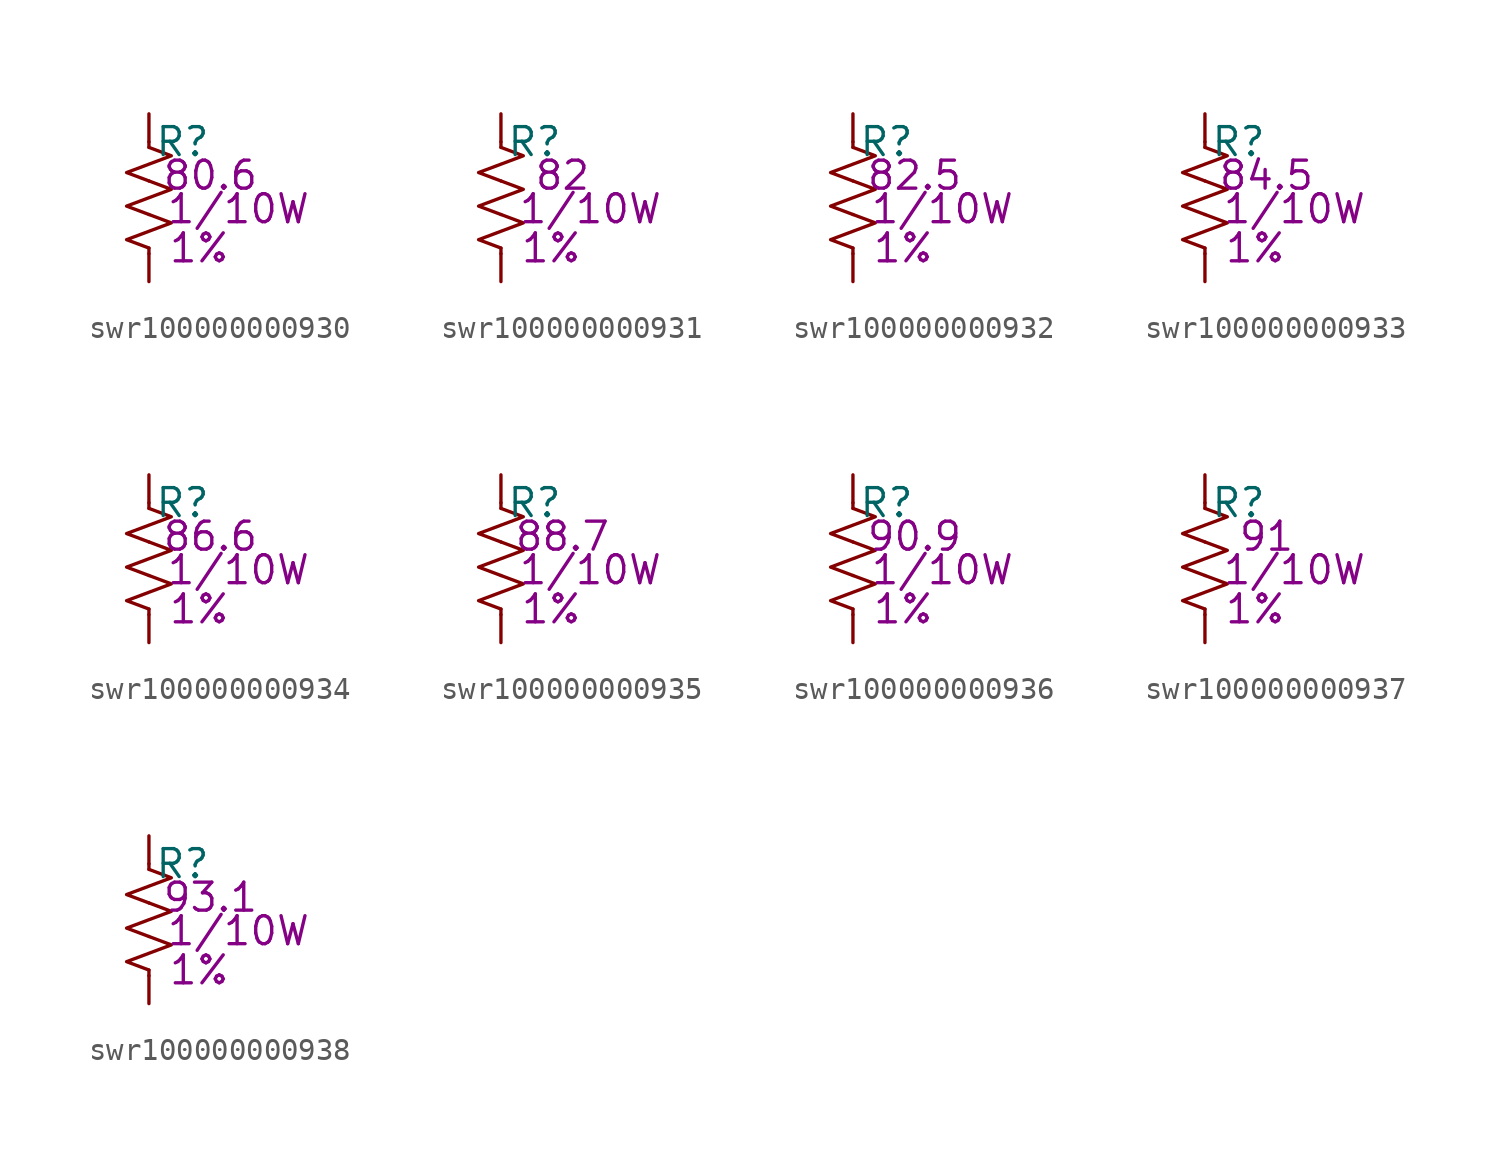
<source format=kicad_sym>
(kicad_symbol_lib
  (version 20211014)
  (generator kicad_symbol_editor)
  (symbol "swr100000000930"
    (pin_numbers hide)
    (pin_names
      (offset 1.016))
    (property "Reference" "R"
      (at 1.524 2.54 0)
      (effects (font (size 1.27 1.27))))
    (property "Tolerance" "1%"
      (at 2.286 -2.286 0)
      (effects (font (size 1.27 1.27))))
    (property "Wattage" "1/10W"
      (at 4.064 -0.508 0)
      (effects (font (size 1.27 1.27))))
    (property "PartValue" "80.6"
      (at 2.794 1.016 0)
      (effects (font (size 1.27 1.27))))
    (symbol "swr100000000930_1_1"
      (polyline (pts (xy 0 -2.286) (xy 0 -2.54)) (stroke (width 0) (type default) (color 0 0 0 0)) (fill (type none)))
      (polyline (pts (xy 0 2.286) (xy 0 2.54)) (stroke (width 0) (type default) (color 0 0 0 0)) (fill (type none)))
      (polyline (pts (xy 0 -0.762) (xy 1.016 -1.143) (xy 0 -1.524) (xy -1.016 -1.905) (xy 0 -2.286)) (stroke (width 0) (type default) (color 0 0 0 0)) (fill (type none)))
      (polyline (pts (xy 0 0.762) (xy 1.016 0.381) (xy 0 0) (xy -1.016 -0.381) (xy 0 -0.762)) (stroke (width 0) (type default) (color 0 0 0 0)) (fill (type none)))
      (polyline (pts (xy 0 2.286) (xy 1.016 1.905) (xy 0 1.524) (xy -1.016 1.143) (xy 0 0.762)) (stroke (width 0) (type default) (color 0 0 0 0)) (fill (type none)))
      (pin passive line (at 0 3.81 270) (length 1.27) (name "~" (effects (font (size 1.27 1.27)))) (number "1" (effects (font (size 1.27 1.27)))))
      (pin passive line (at 0 -3.81 90) (length 1.27) (name "~" (effects (font (size 1.27 1.27)))) (number "2" (effects (font (size 1.27 1.27)))))))
  (symbol "swr100000000931"
    (pin_numbers hide)
    (pin_names
      (offset 1.016))
    (property "Reference" "R"
      (at 1.524 2.54 0)
      (effects (font (size 1.27 1.27))))
    (property "Tolerance" "1%"
      (at 2.286 -2.286 0)
      (effects (font (size 1.27 1.27))))
    (property "Wattage" "1/10W"
      (at 4.064 -0.508 0)
      (effects (font (size 1.27 1.27))))
    (property "PartValue" "82"
      (at 2.794 1.016 0)
      (effects (font (size 1.27 1.27))))
    (symbol "swr100000000931_1_1"
      (polyline (pts (xy 0 -2.286) (xy 0 -2.54)) (stroke (width 0) (type default) (color 0 0 0 0)) (fill (type none)))
      (polyline (pts (xy 0 2.286) (xy 0 2.54)) (stroke (width 0) (type default) (color 0 0 0 0)) (fill (type none)))
      (polyline (pts (xy 0 -0.762) (xy 1.016 -1.143) (xy 0 -1.524) (xy -1.016 -1.905) (xy 0 -2.286)) (stroke (width 0) (type default) (color 0 0 0 0)) (fill (type none)))
      (polyline (pts (xy 0 0.762) (xy 1.016 0.381) (xy 0 0) (xy -1.016 -0.381) (xy 0 -0.762)) (stroke (width 0) (type default) (color 0 0 0 0)) (fill (type none)))
      (polyline (pts (xy 0 2.286) (xy 1.016 1.905) (xy 0 1.524) (xy -1.016 1.143) (xy 0 0.762)) (stroke (width 0) (type default) (color 0 0 0 0)) (fill (type none)))
      (pin passive line (at 0 3.81 270) (length 1.27) (name "~" (effects (font (size 1.27 1.27)))) (number "1" (effects (font (size 1.27 1.27)))))
      (pin passive line (at 0 -3.81 90) (length 1.27) (name "~" (effects (font (size 1.27 1.27)))) (number "2" (effects (font (size 1.27 1.27)))))))
  (symbol "swr100000000932"
    (pin_numbers hide)
    (pin_names
      (offset 1.016))
    (property "Reference" "R"
      (at 1.524 2.54 0)
      (effects (font (size 1.27 1.27))))
    (property "Tolerance" "1%"
      (at 2.286 -2.286 0)
      (effects (font (size 1.27 1.27))))
    (property "Wattage" "1/10W"
      (at 4.064 -0.508 0)
      (effects (font (size 1.27 1.27))))
    (property "PartValue" "82.5"
      (at 2.794 1.016 0)
      (effects (font (size 1.27 1.27))))
    (symbol "swr100000000932_1_1"
      (polyline (pts (xy 0 -2.286) (xy 0 -2.54)) (stroke (width 0) (type default) (color 0 0 0 0)) (fill (type none)))
      (polyline (pts (xy 0 2.286) (xy 0 2.54)) (stroke (width 0) (type default) (color 0 0 0 0)) (fill (type none)))
      (polyline (pts (xy 0 -0.762) (xy 1.016 -1.143) (xy 0 -1.524) (xy -1.016 -1.905) (xy 0 -2.286)) (stroke (width 0) (type default) (color 0 0 0 0)) (fill (type none)))
      (polyline (pts (xy 0 0.762) (xy 1.016 0.381) (xy 0 0) (xy -1.016 -0.381) (xy 0 -0.762)) (stroke (width 0) (type default) (color 0 0 0 0)) (fill (type none)))
      (polyline (pts (xy 0 2.286) (xy 1.016 1.905) (xy 0 1.524) (xy -1.016 1.143) (xy 0 0.762)) (stroke (width 0) (type default) (color 0 0 0 0)) (fill (type none)))
      (pin passive line (at 0 3.81 270) (length 1.27) (name "~" (effects (font (size 1.27 1.27)))) (number "1" (effects (font (size 1.27 1.27)))))
      (pin passive line (at 0 -3.81 90) (length 1.27) (name "~" (effects (font (size 1.27 1.27)))) (number "2" (effects (font (size 1.27 1.27)))))))
  (symbol "swr100000000933"
    (pin_numbers hide)
    (pin_names
      (offset 1.016))
    (property "Reference" "R"
      (at 1.524 2.54 0)
      (effects (font (size 1.27 1.27))))
    (property "Tolerance" "1%"
      (at 2.286 -2.286 0)
      (effects (font (size 1.27 1.27))))
    (property "Wattage" "1/10W"
      (at 4.064 -0.508 0)
      (effects (font (size 1.27 1.27))))
    (property "PartValue" "84.5"
      (at 2.794 1.016 0)
      (effects (font (size 1.27 1.27))))
    (symbol "swr100000000933_1_1"
      (polyline (pts (xy 0 -2.286) (xy 0 -2.54)) (stroke (width 0) (type default) (color 0 0 0 0)) (fill (type none)))
      (polyline (pts (xy 0 2.286) (xy 0 2.54)) (stroke (width 0) (type default) (color 0 0 0 0)) (fill (type none)))
      (polyline (pts (xy 0 -0.762) (xy 1.016 -1.143) (xy 0 -1.524) (xy -1.016 -1.905) (xy 0 -2.286)) (stroke (width 0) (type default) (color 0 0 0 0)) (fill (type none)))
      (polyline (pts (xy 0 0.762) (xy 1.016 0.381) (xy 0 0) (xy -1.016 -0.381) (xy 0 -0.762)) (stroke (width 0) (type default) (color 0 0 0 0)) (fill (type none)))
      (polyline (pts (xy 0 2.286) (xy 1.016 1.905) (xy 0 1.524) (xy -1.016 1.143) (xy 0 0.762)) (stroke (width 0) (type default) (color 0 0 0 0)) (fill (type none)))
      (pin passive line (at 0 3.81 270) (length 1.27) (name "~" (effects (font (size 1.27 1.27)))) (number "1" (effects (font (size 1.27 1.27)))))
      (pin passive line (at 0 -3.81 90) (length 1.27) (name "~" (effects (font (size 1.27 1.27)))) (number "2" (effects (font (size 1.27 1.27)))))))
  (symbol "swr100000000934"
    (pin_numbers hide)
    (pin_names
      (offset 1.016))
    (property "Reference" "R"
      (at 1.524 2.54 0)
      (effects (font (size 1.27 1.27))))
    (property "Tolerance" "1%"
      (at 2.286 -2.286 0)
      (effects (font (size 1.27 1.27))))
    (property "Wattage" "1/10W"
      (at 4.064 -0.508 0)
      (effects (font (size 1.27 1.27))))
    (property "PartValue" "86.6"
      (at 2.794 1.016 0)
      (effects (font (size 1.27 1.27))))
    (symbol "swr100000000934_1_1"
      (polyline (pts (xy 0 -2.286) (xy 0 -2.54)) (stroke (width 0) (type default) (color 0 0 0 0)) (fill (type none)))
      (polyline (pts (xy 0 2.286) (xy 0 2.54)) (stroke (width 0) (type default) (color 0 0 0 0)) (fill (type none)))
      (polyline (pts (xy 0 -0.762) (xy 1.016 -1.143) (xy 0 -1.524) (xy -1.016 -1.905) (xy 0 -2.286)) (stroke (width 0) (type default) (color 0 0 0 0)) (fill (type none)))
      (polyline (pts (xy 0 0.762) (xy 1.016 0.381) (xy 0 0) (xy -1.016 -0.381) (xy 0 -0.762)) (stroke (width 0) (type default) (color 0 0 0 0)) (fill (type none)))
      (polyline (pts (xy 0 2.286) (xy 1.016 1.905) (xy 0 1.524) (xy -1.016 1.143) (xy 0 0.762)) (stroke (width 0) (type default) (color 0 0 0 0)) (fill (type none)))
      (pin passive line (at 0 3.81 270) (length 1.27) (name "~" (effects (font (size 1.27 1.27)))) (number "1" (effects (font (size 1.27 1.27)))))
      (pin passive line (at 0 -3.81 90) (length 1.27) (name "~" (effects (font (size 1.27 1.27)))) (number "2" (effects (font (size 1.27 1.27)))))))
  (symbol "swr100000000935"
    (pin_numbers hide)
    (pin_names
      (offset 1.016))
    (property "Reference" "R"
      (at 1.524 2.54 0)
      (effects (font (size 1.27 1.27))))
    (property "Tolerance" "1%"
      (at 2.286 -2.286 0)
      (effects (font (size 1.27 1.27))))
    (property "Wattage" "1/10W"
      (at 4.064 -0.508 0)
      (effects (font (size 1.27 1.27))))
    (property "PartValue" "88.7"
      (at 2.794 1.016 0)
      (effects (font (size 1.27 1.27))))
    (symbol "swr100000000935_1_1"
      (polyline (pts (xy 0 -2.286) (xy 0 -2.54)) (stroke (width 0) (type default) (color 0 0 0 0)) (fill (type none)))
      (polyline (pts (xy 0 2.286) (xy 0 2.54)) (stroke (width 0) (type default) (color 0 0 0 0)) (fill (type none)))
      (polyline (pts (xy 0 -0.762) (xy 1.016 -1.143) (xy 0 -1.524) (xy -1.016 -1.905) (xy 0 -2.286)) (stroke (width 0) (type default) (color 0 0 0 0)) (fill (type none)))
      (polyline (pts (xy 0 0.762) (xy 1.016 0.381) (xy 0 0) (xy -1.016 -0.381) (xy 0 -0.762)) (stroke (width 0) (type default) (color 0 0 0 0)) (fill (type none)))
      (polyline (pts (xy 0 2.286) (xy 1.016 1.905) (xy 0 1.524) (xy -1.016 1.143) (xy 0 0.762)) (stroke (width 0) (type default) (color 0 0 0 0)) (fill (type none)))
      (pin passive line (at 0 3.81 270) (length 1.27) (name "~" (effects (font (size 1.27 1.27)))) (number "1" (effects (font (size 1.27 1.27)))))
      (pin passive line (at 0 -3.81 90) (length 1.27) (name "~" (effects (font (size 1.27 1.27)))) (number "2" (effects (font (size 1.27 1.27)))))))
  (symbol "swr100000000936"
    (pin_numbers hide)
    (pin_names
      (offset 1.016))
    (property "Reference" "R"
      (at 1.524 2.54 0)
      (effects (font (size 1.27 1.27))))
    (property "Tolerance" "1%"
      (at 2.286 -2.286 0)
      (effects (font (size 1.27 1.27))))
    (property "Wattage" "1/10W"
      (at 4.064 -0.508 0)
      (effects (font (size 1.27 1.27))))
    (property "PartValue" "90.9"
      (at 2.794 1.016 0)
      (effects (font (size 1.27 1.27))))
    (symbol "swr100000000936_1_1"
      (polyline (pts (xy 0 -2.286) (xy 0 -2.54)) (stroke (width 0) (type default) (color 0 0 0 0)) (fill (type none)))
      (polyline (pts (xy 0 2.286) (xy 0 2.54)) (stroke (width 0) (type default) (color 0 0 0 0)) (fill (type none)))
      (polyline (pts (xy 0 -0.762) (xy 1.016 -1.143) (xy 0 -1.524) (xy -1.016 -1.905) (xy 0 -2.286)) (stroke (width 0) (type default) (color 0 0 0 0)) (fill (type none)))
      (polyline (pts (xy 0 0.762) (xy 1.016 0.381) (xy 0 0) (xy -1.016 -0.381) (xy 0 -0.762)) (stroke (width 0) (type default) (color 0 0 0 0)) (fill (type none)))
      (polyline (pts (xy 0 2.286) (xy 1.016 1.905) (xy 0 1.524) (xy -1.016 1.143) (xy 0 0.762)) (stroke (width 0) (type default) (color 0 0 0 0)) (fill (type none)))
      (pin passive line (at 0 3.81 270) (length 1.27) (name "~" (effects (font (size 1.27 1.27)))) (number "1" (effects (font (size 1.27 1.27)))))
      (pin passive line (at 0 -3.81 90) (length 1.27) (name "~" (effects (font (size 1.27 1.27)))) (number "2" (effects (font (size 1.27 1.27)))))))
  (symbol "swr100000000937"
    (pin_numbers hide)
    (pin_names
      (offset 1.016))
    (property "Reference" "R"
      (at 1.524 2.54 0)
      (effects (font (size 1.27 1.27))))
    (property "Tolerance" "1%"
      (at 2.286 -2.286 0)
      (effects (font (size 1.27 1.27))))
    (property "Wattage" "1/10W"
      (at 4.064 -0.508 0)
      (effects (font (size 1.27 1.27))))
    (property "PartValue" "91"
      (at 2.794 1.016 0)
      (effects (font (size 1.27 1.27))))
    (symbol "swr100000000937_1_1"
      (polyline (pts (xy 0 -2.286) (xy 0 -2.54)) (stroke (width 0) (type default) (color 0 0 0 0)) (fill (type none)))
      (polyline (pts (xy 0 2.286) (xy 0 2.54)) (stroke (width 0) (type default) (color 0 0 0 0)) (fill (type none)))
      (polyline (pts (xy 0 -0.762) (xy 1.016 -1.143) (xy 0 -1.524) (xy -1.016 -1.905) (xy 0 -2.286)) (stroke (width 0) (type default) (color 0 0 0 0)) (fill (type none)))
      (polyline (pts (xy 0 0.762) (xy 1.016 0.381) (xy 0 0) (xy -1.016 -0.381) (xy 0 -0.762)) (stroke (width 0) (type default) (color 0 0 0 0)) (fill (type none)))
      (polyline (pts (xy 0 2.286) (xy 1.016 1.905) (xy 0 1.524) (xy -1.016 1.143) (xy 0 0.762)) (stroke (width 0) (type default) (color 0 0 0 0)) (fill (type none)))
      (pin passive line (at 0 3.81 270) (length 1.27) (name "~" (effects (font (size 1.27 1.27)))) (number "1" (effects (font (size 1.27 1.27)))))
      (pin passive line (at 0 -3.81 90) (length 1.27) (name "~" (effects (font (size 1.27 1.27)))) (number "2" (effects (font (size 1.27 1.27)))))))
  (symbol "swr100000000938"
    (pin_numbers hide)
    (pin_names
      (offset 1.016))
    (property "Reference" "R"
      (at 1.524 2.54 0)
      (effects (font (size 1.27 1.27))))
    (property "Tolerance" "1%"
      (at 2.286 -2.286 0)
      (effects (font (size 1.27 1.27))))
    (property "Wattage" "1/10W"
      (at 4.064 -0.508 0)
      (effects (font (size 1.27 1.27))))
    (property "PartValue" "93.1"
      (at 2.794 1.016 0)
      (effects (font (size 1.27 1.27))))
    (symbol "swr100000000938_1_1"
      (polyline (pts (xy 0 -2.286) (xy 0 -2.54)) (stroke (width 0) (type default) (color 0 0 0 0)) (fill (type none)))
      (polyline (pts (xy 0 2.286) (xy 0 2.54)) (stroke (width 0) (type default) (color 0 0 0 0)) (fill (type none)))
      (polyline (pts (xy 0 -0.762) (xy 1.016 -1.143) (xy 0 -1.524) (xy -1.016 -1.905) (xy 0 -2.286)) (stroke (width 0) (type default) (color 0 0 0 0)) (fill (type none)))
      (polyline (pts (xy 0 0.762) (xy 1.016 0.381) (xy 0 0) (xy -1.016 -0.381) (xy 0 -0.762)) (stroke (width 0) (type default) (color 0 0 0 0)) (fill (type none)))
      (polyline (pts (xy 0 2.286) (xy 1.016 1.905) (xy 0 1.524) (xy -1.016 1.143) (xy 0 0.762)) (stroke (width 0) (type default) (color 0 0 0 0)) (fill (type none)))
      (pin passive line (at 0 3.81 270) (length 1.27) (name "~" (effects (font (size 1.27 1.27)))) (number "1" (effects (font (size 1.27 1.27)))))
      (pin passive line (at 0 -3.81 90) (length 1.27) (name "~" (effects (font (size 1.27 1.27)))) (number "2" (effects (font (size 1.27 1.27))))))))
</source>
